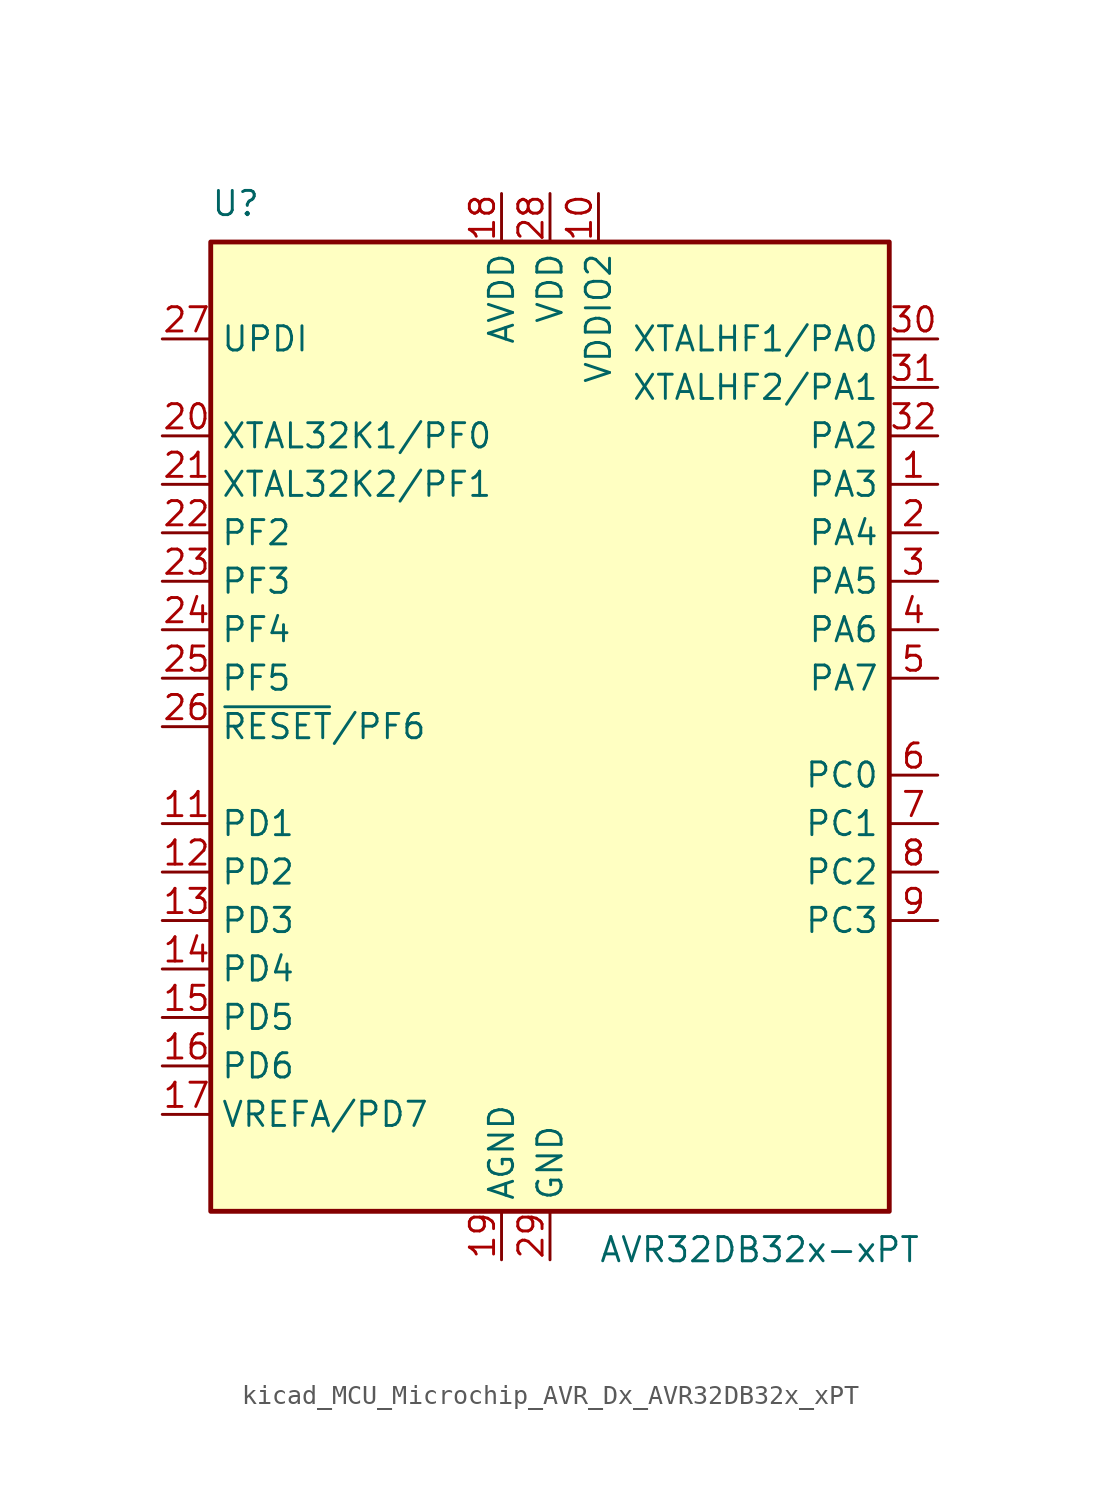
<source format=kicad_sym>
(kicad_symbol_lib
  (version 20220914)
  (generator kicad_symbol_editor)
  (symbol "kicad_MCU_Microchip_AVR_Dx_AVR32DB32x_xPT"
    (property "Reference" "U"
      (at -17.78 26.67 0)
      (effects (font (size 1.27 1.27)) (justify left bottom)))
    (property "Value" "AVR32DB32x-xPT"
      (at 2.54 -26.67 0)
      (effects (font (size 1.27 1.27)) (justify left top)))
    (symbol "kicad_MCU_Microchip_AVR_Dx_AVR32DB32x_xPT_0_1"
      (rectangle (start -17.78 25.4) (end 17.78 -25.4) (stroke (width 0.254) (type default)) (fill (type background))))
    (symbol "kicad_MCU_Microchip_AVR_Dx_AVR32DB32x_xPT_1_1"
      (pin bidirectional line (at 20.32 12.7 180) (length 2.54) (name "PA3" (effects (font (size 1.27 1.27)))) (number "1" (effects (font (size 1.27 1.27)))))
      (pin power_in line (at 2.54 27.94 270) (length 2.54) (name "VDDIO2" (effects (font (size 1.27 1.27)))) (number "10" (effects (font (size 1.27 1.27)))))
      (pin bidirectional line (at -20.32 -5.08 0) (length 2.54) (name "PD1" (effects (font (size 1.27 1.27)))) (number "11" (effects (font (size 1.27 1.27)))))
      (pin bidirectional line (at -20.32 -7.62 0) (length 2.54) (name "PD2" (effects (font (size 1.27 1.27)))) (number "12" (effects (font (size 1.27 1.27)))))
      (pin bidirectional line (at -20.32 -10.16 0) (length 2.54) (name "PD3" (effects (font (size 1.27 1.27)))) (number "13" (effects (font (size 1.27 1.27)))))
      (pin bidirectional line (at -20.32 -12.7 0) (length 2.54) (name "PD4" (effects (font (size 1.27 1.27)))) (number "14" (effects (font (size 1.27 1.27)))))
      (pin bidirectional line (at -20.32 -15.24 0) (length 2.54) (name "PD5" (effects (font (size 1.27 1.27)))) (number "15" (effects (font (size 1.27 1.27)))))
      (pin bidirectional line (at -20.32 -17.78 0) (length 2.54) (name "PD6" (effects (font (size 1.27 1.27)))) (number "16" (effects (font (size 1.27 1.27)))))
      (pin bidirectional line (at -20.32 -20.32 0) (length 2.54) (name "VREFA/PD7" (effects (font (size 1.27 1.27)))) (number "17" (effects (font (size 1.27 1.27)))))
      (pin power_in line (at -2.54 27.94 270) (length 2.54) (name "AVDD" (effects (font (size 1.27 1.27)))) (number "18" (effects (font (size 1.27 1.27)))))
      (pin power_in line (at -2.54 -27.94 90) (length 2.54) (name "AGND" (effects (font (size 1.27 1.27)))) (number "19" (effects (font (size 1.27 1.27)))))
      (pin bidirectional line (at 20.32 10.16 180) (length 2.54) (name "PA4" (effects (font (size 1.27 1.27)))) (number "2" (effects (font (size 1.27 1.27)))))
      (pin bidirectional line (at -20.32 15.24 0) (length 2.54) (name "XTAL32K1/PF0" (effects (font (size 1.27 1.27)))) (number "20" (effects (font (size 1.27 1.27)))))
      (pin bidirectional line (at -20.32 12.7 0) (length 2.54) (name "XTAL32K2/PF1" (effects (font (size 1.27 1.27)))) (number "21" (effects (font (size 1.27 1.27)))))
      (pin bidirectional line (at -20.32 10.16 0) (length 2.54) (name "PF2" (effects (font (size 1.27 1.27)))) (number "22" (effects (font (size 1.27 1.27)))))
      (pin bidirectional line (at -20.32 7.62 0) (length 2.54) (name "PF3" (effects (font (size 1.27 1.27)))) (number "23" (effects (font (size 1.27 1.27)))))
      (pin bidirectional line (at -20.32 5.08 0) (length 2.54) (name "PF4" (effects (font (size 1.27 1.27)))) (number "24" (effects (font (size 1.27 1.27)))))
      (pin bidirectional line (at -20.32 2.54 0) (length 2.54) (name "PF5" (effects (font (size 1.27 1.27)))) (number "25" (effects (font (size 1.27 1.27)))))
      (pin bidirectional line (at -20.32 0 0) (length 2.54) (name "~{RESET}/PF6" (effects (font (size 1.27 1.27)))) (number "26" (effects (font (size 1.27 1.27)))))
      (pin input line (at -20.32 20.32 0) (length 2.54) (name "UPDI" (effects (font (size 1.27 1.27)))) (number "27" (effects (font (size 1.27 1.27)))))
      (pin power_in line (at 0 27.94 270) (length 2.54) (name "VDD" (effects (font (size 1.27 1.27)))) (number "28" (effects (font (size 1.27 1.27)))))
      (pin power_in line (at 0 -27.94 90) (length 2.54) (name "GND" (effects (font (size 1.27 1.27)))) (number "29" (effects (font (size 1.27 1.27)))))
      (pin bidirectional line (at 20.32 7.62 180) (length 2.54) (name "PA5" (effects (font (size 1.27 1.27)))) (number "3" (effects (font (size 1.27 1.27)))))
      (pin bidirectional line (at 20.32 20.32 180) (length 2.54) (name "XTALHF1/PA0" (effects (font (size 1.27 1.27)))) (number "30" (effects (font (size 1.27 1.27)))))
      (pin bidirectional line (at 20.32 17.78 180) (length 2.54) (name "XTALHF2/PA1" (effects (font (size 1.27 1.27)))) (number "31" (effects (font (size 1.27 1.27)))))
      (pin bidirectional line (at 20.32 15.24 180) (length 2.54) (name "PA2" (effects (font (size 1.27 1.27)))) (number "32" (effects (font (size 1.27 1.27)))))
      (pin bidirectional line (at 20.32 5.08 180) (length 2.54) (name "PA6" (effects (font (size 1.27 1.27)))) (number "4" (effects (font (size 1.27 1.27)))))
      (pin bidirectional line (at 20.32 2.54 180) (length 2.54) (name "PA7" (effects (font (size 1.27 1.27)))) (number "5" (effects (font (size 1.27 1.27)))))
      (pin bidirectional line (at 20.32 -2.54 180) (length 2.54) (name "PC0" (effects (font (size 1.27 1.27)))) (number "6" (effects (font (size 1.27 1.27)))))
      (pin bidirectional line (at 20.32 -5.08 180) (length 2.54) (name "PC1" (effects (font (size 1.27 1.27)))) (number "7" (effects (font (size 1.27 1.27)))))
      (pin bidirectional line (at 20.32 -7.62 180) (length 2.54) (name "PC2" (effects (font (size 1.27 1.27)))) (number "8" (effects (font (size 1.27 1.27)))))
      (pin bidirectional line (at 20.32 -10.16 180) (length 2.54) (name "PC3" (effects (font (size 1.27 1.27)))) (number "9" (effects (font (size 1.27 1.27))))))))
</source>
